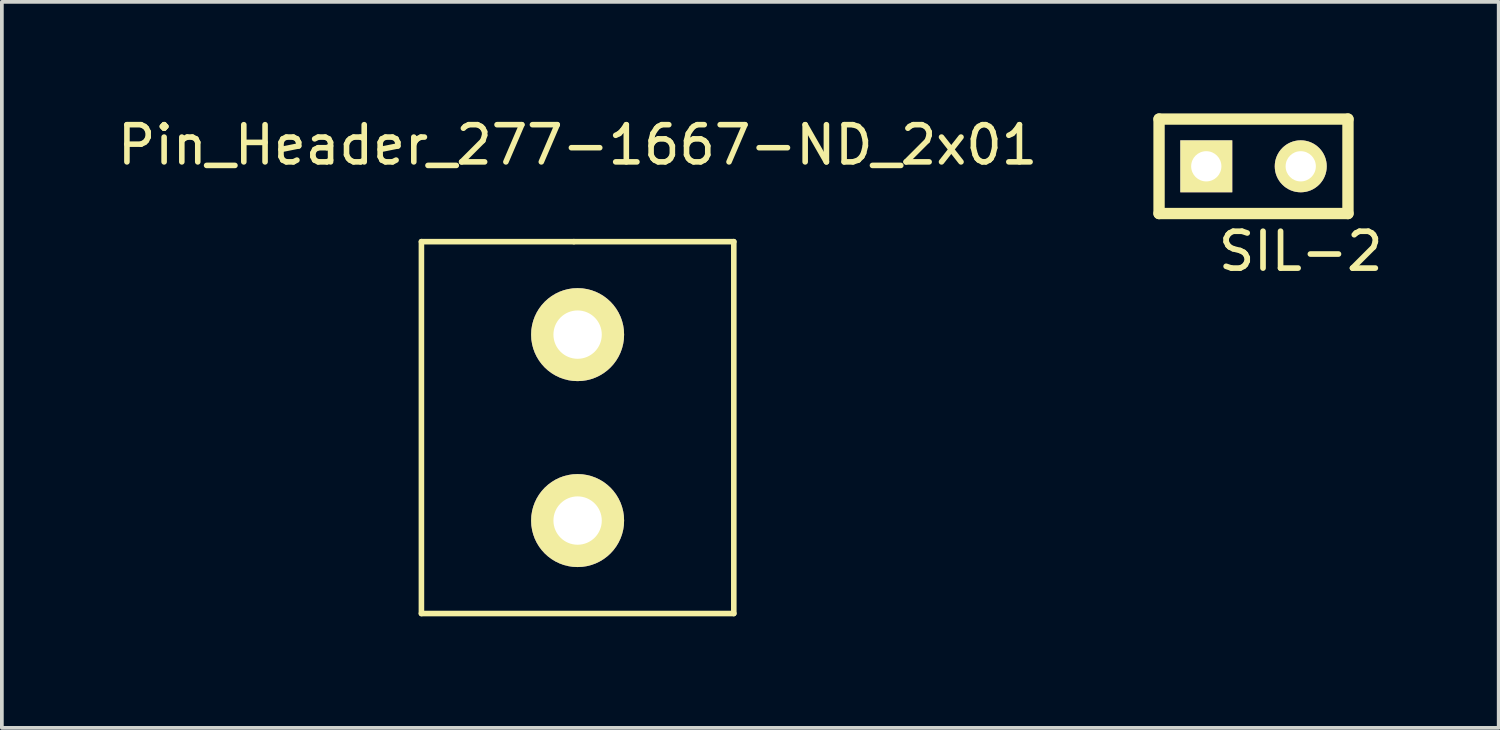
<source format=kicad_pcb>
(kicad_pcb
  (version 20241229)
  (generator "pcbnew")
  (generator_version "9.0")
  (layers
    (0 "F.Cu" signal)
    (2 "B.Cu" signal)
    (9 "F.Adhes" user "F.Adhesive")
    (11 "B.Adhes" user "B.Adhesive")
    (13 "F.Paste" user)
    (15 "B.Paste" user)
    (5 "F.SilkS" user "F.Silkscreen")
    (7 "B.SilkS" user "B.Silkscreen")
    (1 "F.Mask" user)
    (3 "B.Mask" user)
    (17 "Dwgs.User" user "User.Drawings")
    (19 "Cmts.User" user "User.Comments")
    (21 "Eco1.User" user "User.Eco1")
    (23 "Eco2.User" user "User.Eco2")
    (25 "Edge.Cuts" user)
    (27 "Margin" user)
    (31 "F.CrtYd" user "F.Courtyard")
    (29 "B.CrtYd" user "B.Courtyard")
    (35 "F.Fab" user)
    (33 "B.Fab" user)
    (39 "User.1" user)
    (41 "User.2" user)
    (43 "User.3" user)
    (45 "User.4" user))
  (footprint "Pin_Header_277-1667-ND_2x01"
    (layer "F.Cu")
    (at 12.482 5.948)
    (property "Reference" "Pin_Header_277-1667-ND_2x01" (at 0 -5.1 0) (layer "F.SilkS") (effects (font (size 1 1) (thickness 0.15))))
    (attr through_hole)
    (fp_line (start -4.2 -2.5) (end -0.1 -2.5) (stroke (width 0.15) (type solid)) (layer "F.SilkS"))
    (fp_line (start -4.2 7.5) (end -4.2 -2.5) (stroke (width 0.15) (type solid)) (layer "F.SilkS"))
    (fp_line (start -0.1 -2.5) (end 4.2 -2.5) (stroke (width 0.15) (type solid)) (layer "F.SilkS"))
    (fp_line (start 4.2 -2.5) (end 4.2 7.5) (stroke (width 0.15) (type solid)) (layer "F.SilkS"))
    (fp_line (start 4.2 7.5) (end -4.2 7.5) (stroke (width 0.15) (type solid)) (layer "F.SilkS"))
    (pad "1" thru_hole circle (at 0 0) (size 2.5 2.5) (drill 1.3) (layers "*.Cu" "*.Mask" "F.SilkS"))
    (pad "2" thru_hole circle (at 0 5) (size 2.5 2.5) (drill 1.3) (layers "*.Cu" "*.Mask" "F.SilkS")))
  (footprint "SIL-2"
    (layer "F.Cu")
    (at 30.657 1.422)
    (property "Reference" "SIL-2" (at 1.27 2.286 0) (layer "F.SilkS") (effects (font (size 0.991 0.991) (thickness 0.152))))
    (attr through_hole)
    (fp_line (start -2.54 -1.27) (end 2.54 -1.27) (stroke (width 0.305) (type solid)) (layer "F.SilkS"))
    (fp_line (start -2.54 1.27) (end -2.54 -1.27) (stroke (width 0.305) (type solid)) (layer "F.SilkS"))
    (fp_line (start 2.54 -1.27) (end 2.54 1.27) (stroke (width 0.305) (type solid)) (layer "F.SilkS"))
    (fp_line (start 2.54 1.27) (end -2.54 1.27) (stroke (width 0.305) (type solid)) (layer "F.SilkS"))
    (pad "1" thru_hole rect (at -1.27 0) (size 1.397 1.397) (drill 0.813) (layers "*.Cu" "*.Mask" "F.SilkS"))
    (pad "2" thru_hole circle (at 1.27 0) (size 1.397 1.397) (drill 0.813) (layers "*.Cu" "*.Mask" "F.SilkS")))
  (gr_rect
    (start -3 -3)
    (end 37.25 16.523)
    (stroke (width 0.1) (type default))
    (fill no)
    (layer "Edge.Cuts")))
</source>
